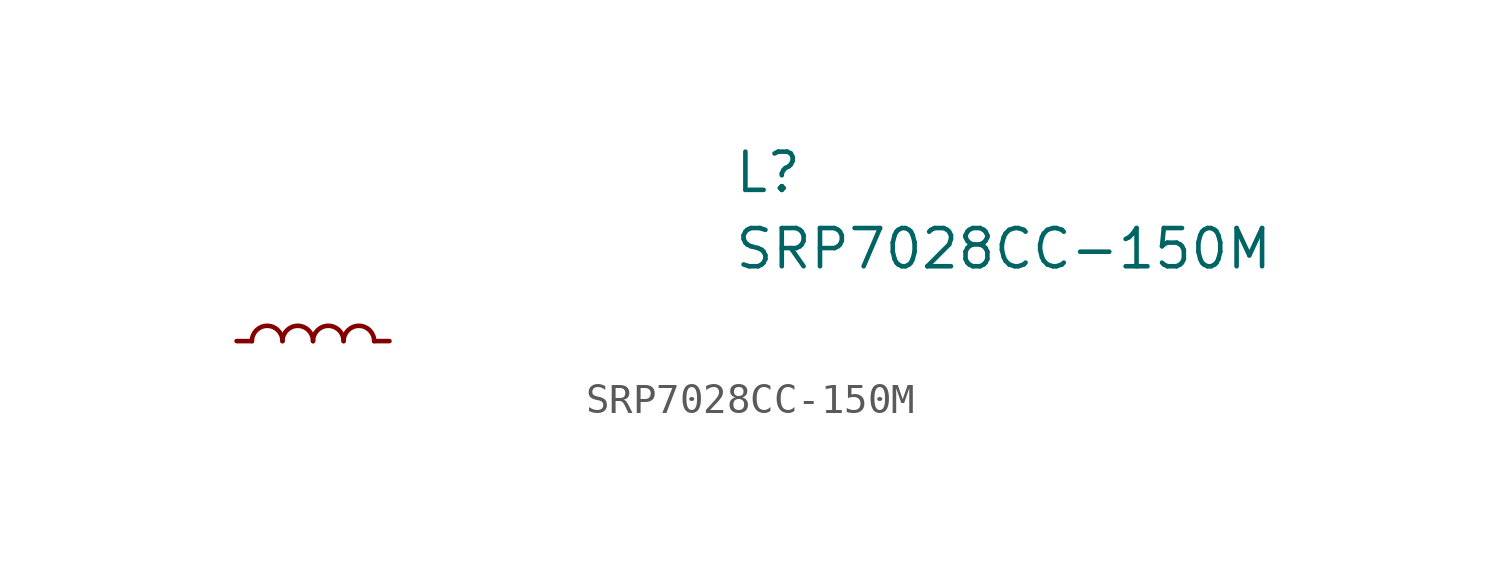
<source format=kicad_sym>
(kicad_symbol_lib
  (version 20220914)
  (generator kicad_symbol_editor)
  (symbol "SRP7028CC-150M"
    (pin_numbers hide)
    (pin_names hide)
    (property "Reference" "L"
      (at 16.51 6.35 0)
      (effects (font (size 1.27 1.27)) (justify left top)))
    (property "Value" "SRP7028CC-150M"
      (at 16.51 3.81 0)
      (effects (font (size 1.27 1.27)) (justify left top)))
    (symbol "SRP7028CC-150M_0_1"
      (arc (start 1.524 0) (mid 1.016 0.5058) (end 0.508 0) (stroke (width 0) (type default)) (fill (type none)))
      (arc (start 2.54 0) (mid 2.032 0.5058) (end 1.524 0) (stroke (width 0) (type default)) (fill (type none)))
      (arc (start 3.556 0) (mid 3.048 0.5058) (end 2.54 0) (stroke (width 0) (type default)) (fill (type none)))
      (arc (start 4.572 0) (mid 4.064 0.5058) (end 3.556 0) (stroke (width 0) (type default)) (fill (type none))))
    (symbol "SRP7028CC-150M_1_1"
      (pin passive line (at 0 0 0) (length 0.508) (name "~" (effects (font (size 1.27 1.27)))) (number "1" (effects (font (size 1.27 1.27)))))
      (pin passive line (at 5.08 0 180) (length 0.508) (name "~" (effects (font (size 1.27 1.27)))) (number "2" (effects (font (size 1.27 1.27))))))))
</source>
